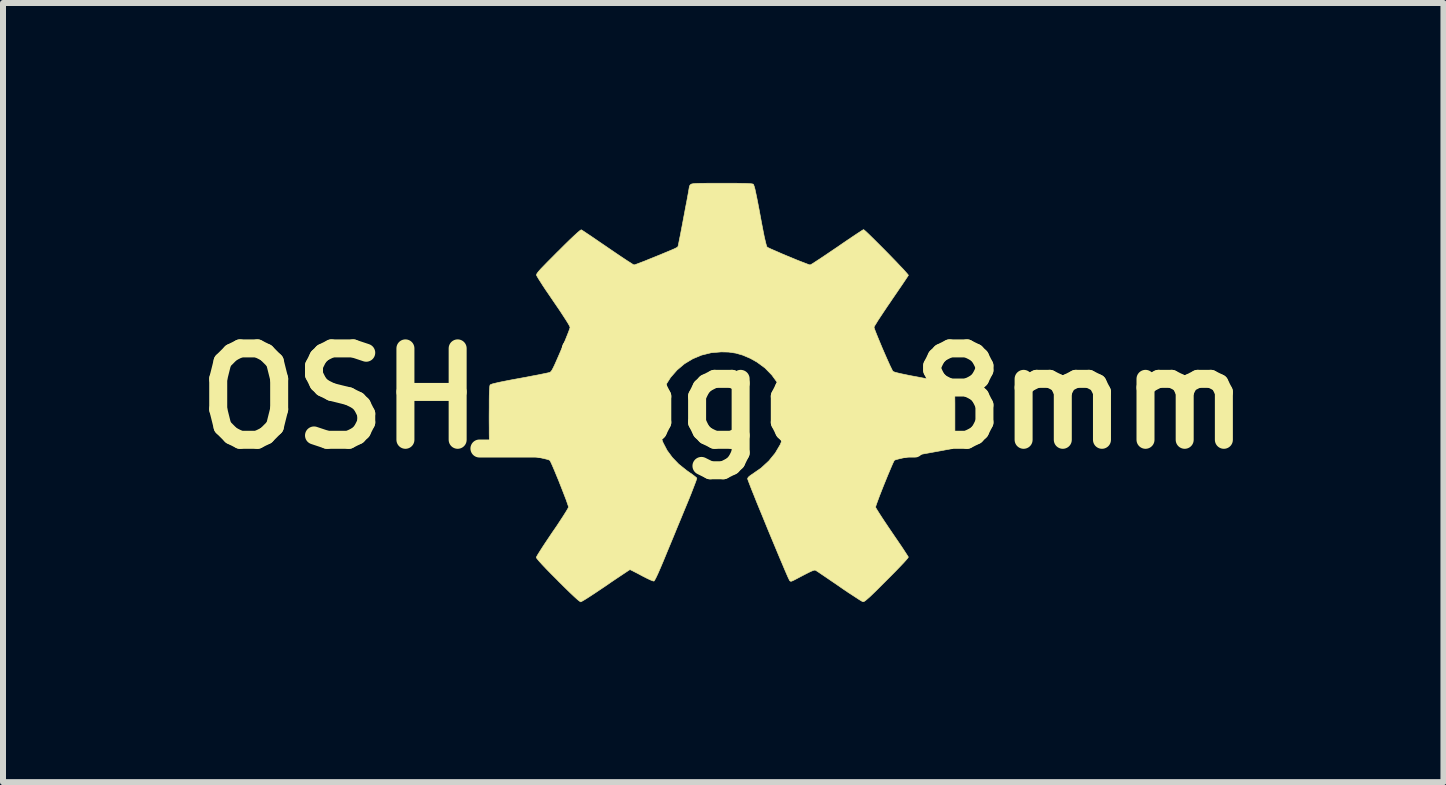
<source format=kicad_pcb>
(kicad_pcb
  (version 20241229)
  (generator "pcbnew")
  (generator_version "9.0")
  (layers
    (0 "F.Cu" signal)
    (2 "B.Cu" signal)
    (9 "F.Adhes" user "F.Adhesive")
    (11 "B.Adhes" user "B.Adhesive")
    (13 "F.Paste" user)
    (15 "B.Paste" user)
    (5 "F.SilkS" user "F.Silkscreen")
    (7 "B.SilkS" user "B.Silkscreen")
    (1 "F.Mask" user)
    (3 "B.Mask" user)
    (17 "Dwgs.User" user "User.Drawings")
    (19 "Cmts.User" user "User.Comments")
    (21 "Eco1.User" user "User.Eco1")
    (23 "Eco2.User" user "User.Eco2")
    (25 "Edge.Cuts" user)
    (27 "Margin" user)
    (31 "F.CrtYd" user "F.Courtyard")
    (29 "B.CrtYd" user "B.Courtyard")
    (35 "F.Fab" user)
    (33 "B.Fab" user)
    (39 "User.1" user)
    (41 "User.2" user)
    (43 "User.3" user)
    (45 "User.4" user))
  (footprint "OSH_logo_8mm"
    (layer "F.Cu")
    (at 9.006 3.592)
    (property "Reference" "OSH_logo_8mm" (at 0 0 0) (layer "F.SilkS") (effects (font (size 1.524 1.524) (thickness 0.3))))
    (attr through_hole)
    (fp_poly (pts (xy 0.115 -3.587) (xy 0.228 -3.587) (xy 0.318 -3.585) (xy 0.388 -3.584) (xy 0.439 -3.581) (xy 0.474 -3.578) (xy 0.495 -3.574) (xy 0.501 -3.571) (xy 0.508 -3.559) (xy 0.517 -3.533) (xy 0.529 -3.491) (xy 0.542 -3.43) (xy 0.559 -3.35) (xy 0.579 -3.248) (xy 0.603 -3.123) (xy 0.616 -3.051) (xy 0.643 -2.907) (xy 0.666 -2.788) (xy 0.685 -2.693) (xy 0.702 -2.62) (xy 0.715 -2.568) (xy 0.725 -2.536) (xy 0.731 -2.524) (xy 0.748 -2.514) (xy 0.785 -2.496) (xy 0.84 -2.472) (xy 0.907 -2.443) (xy 0.982 -2.41) (xy 1.063 -2.376) (xy 1.146 -2.342) (xy 1.225 -2.309) (xy 1.299 -2.28) (xy 1.362 -2.256) (xy 1.411 -2.237) (xy 1.441 -2.227) (xy 1.449 -2.226) (xy 1.464 -2.233) (xy 1.498 -2.253) (xy 1.548 -2.286) (xy 1.613 -2.328) (xy 1.689 -2.379) (xy 1.775 -2.437) (xy 1.868 -2.5) (xy 1.898 -2.52) (xy 1.992 -2.585) (xy 2.08 -2.645) (xy 2.159 -2.698) (xy 2.226 -2.743) (xy 2.28 -2.778) (xy 2.318 -2.803) (xy 2.337 -2.814) (xy 2.339 -2.815) (xy 2.352 -2.806) (xy 2.381 -2.781) (xy 2.423 -2.741) (xy 2.475 -2.69) (xy 2.536 -2.63) (xy 2.603 -2.563) (xy 2.674 -2.492) (xy 2.746 -2.419) (xy 2.817 -2.346) (xy 2.884 -2.277) (xy 2.945 -2.212) (xy 2.999 -2.156) (xy 3.041 -2.109) (xy 3.071 -2.075) (xy 3.086 -2.056) (xy 3.087 -2.054) (xy 3.078 -2.039) (xy 3.056 -2.006) (xy 3.022 -1.955) (xy 2.979 -1.891) (xy 2.927 -1.815) (xy 2.869 -1.73) (xy 2.806 -1.638) (xy 2.797 -1.624) (xy 2.733 -1.531) (xy 2.675 -1.444) (xy 2.623 -1.366) (xy 2.579 -1.299) (xy 2.546 -1.245) (xy 2.523 -1.208) (xy 2.514 -1.189) (xy 2.514 -1.188) (xy 2.519 -1.168) (xy 2.533 -1.129) (xy 2.555 -1.073) (xy 2.583 -1.004) (xy 2.615 -0.927) (xy 2.649 -0.845) (xy 2.685 -0.762) (xy 2.72 -0.682) (xy 2.753 -0.608) (xy 2.782 -0.544) (xy 2.806 -0.495) (xy 2.822 -0.463) (xy 2.828 -0.454) (xy 2.84 -0.446) (xy 2.864 -0.437) (xy 2.902 -0.427) (xy 2.956 -0.414) (xy 3.028 -0.399) (xy 3.12 -0.38) (xy 3.234 -0.359) (xy 3.34 -0.339) (xy 3.476 -0.313) (xy 3.587 -0.292) (xy 3.676 -0.274) (xy 3.745 -0.259) (xy 3.794 -0.246) (xy 3.827 -0.237) (xy 3.843 -0.229) (xy 3.846 -0.226) (xy 3.85 -0.214) (xy 3.854 -0.188) (xy 3.857 -0.147) (xy 3.859 -0.09) (xy 3.861 -0.013) (xy 3.862 0.085) (xy 3.862 0.206) (xy 3.862 0.296) (xy 3.862 0.426) (xy 3.862 0.531) (xy 3.861 0.616) (xy 3.86 0.682) (xy 3.858 0.731) (xy 3.856 0.767) (xy 3.852 0.791) (xy 3.848 0.807) (xy 3.843 0.816) (xy 3.842 0.817) (xy 3.822 0.834) (xy 3.814 0.838) (xy 3.799 0.84) (xy 3.762 0.847) (xy 3.706 0.857) (xy 3.632 0.871) (xy 3.544 0.887) (xy 3.445 0.905) (xy 3.34 0.924) (xy 3.202 0.95) (xy 3.088 0.973) (xy 2.999 0.991) (xy 2.931 1.007) (xy 2.885 1.019) (xy 2.859 1.028) (xy 2.853 1.032) (xy 2.843 1.05) (xy 2.825 1.088) (xy 2.801 1.143) (xy 2.772 1.212) (xy 2.739 1.29) (xy 2.705 1.374) (xy 2.67 1.46) (xy 2.637 1.544) (xy 2.606 1.623) (xy 2.58 1.693) (xy 2.559 1.75) (xy 2.545 1.791) (xy 2.54 1.811) (xy 2.54 1.812) (xy 2.547 1.828) (xy 2.568 1.863) (xy 2.6 1.914) (xy 2.642 1.979) (xy 2.692 2.055) (xy 2.749 2.14) (xy 2.81 2.23) (xy 2.872 2.321) (xy 2.93 2.406) (xy 2.981 2.481) (xy 3.023 2.545) (xy 3.056 2.596) (xy 3.078 2.63) (xy 3.086 2.644) (xy 3.078 2.659) (xy 3.052 2.69) (xy 3.01 2.737) (xy 2.951 2.799) (xy 2.878 2.875) (xy 2.791 2.963) (xy 2.725 3.029) (xy 2.631 3.123) (xy 2.554 3.2) (xy 2.491 3.261) (xy 2.442 3.308) (xy 2.403 3.342) (xy 2.375 3.366) (xy 2.354 3.381) (xy 2.339 3.388) (xy 2.329 3.388) (xy 2.329 3.388) (xy 2.311 3.38) (xy 2.274 3.358) (xy 2.222 3.324) (xy 2.156 3.281) (xy 2.079 3.231) (xy 1.995 3.174) (xy 1.932 3.13) (xy 1.844 3.07) (xy 1.762 3.014) (xy 1.69 2.965) (xy 1.628 2.923) (xy 1.581 2.891) (xy 1.551 2.872) (xy 1.542 2.866) (xy 1.531 2.862) (xy 1.517 2.863) (xy 1.497 2.869) (xy 1.467 2.881) (xy 1.425 2.901) (xy 1.368 2.93) (xy 1.293 2.969) (xy 1.208 3.014) (xy 1.165 3.036) (xy 1.138 3.047) (xy 1.121 3.047) (xy 1.108 3.038) (xy 1.108 3.038) (xy 1.1 3.022) (xy 1.082 2.985) (xy 1.057 2.928) (xy 1.025 2.854) (xy 0.988 2.766) (xy 0.945 2.665) (xy 0.899 2.555) (xy 0.85 2.437) (xy 0.799 2.315) (xy 0.747 2.19) (xy 0.696 2.065) (xy 0.646 1.942) (xy 0.597 1.824) (xy 0.552 1.714) (xy 0.512 1.613) (xy 0.476 1.524) (xy 0.447 1.449) (xy 0.425 1.392) (xy 0.411 1.354) (xy 0.406 1.337) (xy 0.417 1.314) (xy 0.452 1.284) (xy 0.481 1.265) (xy 0.632 1.16) (xy 0.761 1.041) (xy 0.867 0.911) (xy 0.951 0.769) (xy 1.011 0.617) (xy 1.047 0.456) (xy 1.057 0.364) (xy 1.054 0.196) (xy 1.027 0.034) (xy 0.977 -0.119) (xy 0.904 -0.262) (xy 0.81 -0.391) (xy 0.697 -0.507) (xy 0.564 -0.605) (xy 0.452 -0.668) (xy 0.328 -0.721) (xy 0.211 -0.755) (xy 0.091 -0.773) (xy -0.033 -0.776) (xy -0.2 -0.762) (xy -0.359 -0.723) (xy -0.508 -0.661) (xy -0.646 -0.578) (xy -0.769 -0.474) (xy -0.877 -0.351) (xy -0.966 -0.211) (xy -0.994 -0.156) (xy -1.035 -0.062) (xy -1.063 0.023) (xy -1.08 0.108) (xy -1.089 0.202) (xy -1.091 0.308) (xy -1.09 0.386) (xy -1.086 0.446) (xy -1.08 0.497) (xy -1.069 0.547) (xy -1.056 0.593) (xy -1.003 0.737) (xy -0.935 0.867) (xy -0.848 0.985) (xy -0.742 1.095) (xy -0.612 1.199) (xy -0.56 1.236) (xy -0.512 1.269) (xy -0.473 1.299) (xy -0.448 1.32) (xy -0.44 1.329) (xy -0.444 1.344) (xy -0.456 1.381) (xy -0.477 1.436) (xy -0.504 1.506) (xy -0.536 1.589) (xy -0.573 1.681) (xy -0.601 1.749) (xy -0.65 1.867) (xy -0.705 2.001) (xy -0.765 2.145) (xy -0.825 2.292) (xy -0.884 2.434) (xy -0.938 2.564) (xy -0.951 2.596) (xy -1.005 2.727) (xy -1.052 2.837) (xy -1.09 2.924) (xy -1.12 2.987) (xy -1.142 3.028) (xy -1.154 3.044) (xy -1.154 3.045) (xy -1.174 3.041) (xy -1.213 3.026) (xy -1.268 3) (xy -1.335 2.966) (xy -1.36 2.953) (xy -1.423 2.919) (xy -1.478 2.891) (xy -1.521 2.869) (xy -1.548 2.856) (xy -1.554 2.854) (xy -1.568 2.861) (xy -1.6 2.882) (xy -1.648 2.914) (xy -1.711 2.956) (xy -1.786 3.006) (xy -1.869 3.062) (xy -1.957 3.123) (xy -2.048 3.184) (xy -2.133 3.241) (xy -2.209 3.291) (xy -2.274 3.333) (xy -2.325 3.364) (xy -2.36 3.384) (xy -2.376 3.391) (xy -2.393 3.381) (xy -2.429 3.353) (xy -2.482 3.305) (xy -2.553 3.238) (xy -2.641 3.152) (xy -2.747 3.047) (xy -2.759 3.034) (xy -2.864 2.929) (xy -2.951 2.84) (xy -3.02 2.767) (xy -3.07 2.712) (xy -3.102 2.673) (xy -3.116 2.653) (xy -3.116 2.651) (xy -3.109 2.634) (xy -3.088 2.598) (xy -3.056 2.547) (xy -3.014 2.481) (xy -2.964 2.405) (xy -2.907 2.32) (xy -2.848 2.232) (xy -2.779 2.132) (xy -2.719 2.041) (xy -2.668 1.963) (xy -2.627 1.898) (xy -2.598 1.85) (xy -2.582 1.82) (xy -2.579 1.811) (xy -2.584 1.79) (xy -2.598 1.749) (xy -2.618 1.691) (xy -2.645 1.621) (xy -2.676 1.541) (xy -2.709 1.457) (xy -2.743 1.37) (xy -2.778 1.286) (xy -2.81 1.208) (xy -2.839 1.14) (xy -2.863 1.086) (xy -2.881 1.048) (xy -2.891 1.032) (xy -2.907 1.024) (xy -2.942 1.013) (xy -2.997 1) (xy -3.073 0.983) (xy -3.171 0.964) (xy -3.293 0.94) (xy -3.384 0.923) (xy -3.51 0.9) (xy -3.613 0.88) (xy -3.695 0.864) (xy -3.758 0.851) (xy -3.805 0.84) (xy -3.839 0.83) (xy -3.861 0.822) (xy -3.874 0.814) (xy -3.879 0.81) (xy -3.885 0.801) (xy -3.889 0.788) (xy -3.893 0.769) (xy -3.896 0.741) (xy -3.898 0.701) (xy -3.9 0.647) (xy -3.901 0.577) (xy -3.901 0.487) (xy -3.902 0.375) (xy -3.902 0.289) (xy -3.901 0.154) (xy -3.901 0.042) (xy -3.9 -0.047) (xy -3.898 -0.116) (xy -3.895 -0.166) (xy -3.892 -0.2) (xy -3.888 -0.22) (xy -3.885 -0.226) (xy -3.873 -0.233) (xy -3.845 -0.243) (xy -3.8 -0.254) (xy -3.736 -0.269) (xy -3.652 -0.286) (xy -3.545 -0.307) (xy -3.414 -0.331) (xy -3.398 -0.334) (xy -3.288 -0.354) (xy -3.186 -0.374) (xy -3.094 -0.391) (xy -3.016 -0.407) (xy -2.953 -0.42) (xy -2.911 -0.429) (xy -2.891 -0.434) (xy -2.88 -0.441) (xy -2.868 -0.453) (xy -2.853 -0.475) (xy -2.836 -0.507) (xy -2.813 -0.554) (xy -2.785 -0.617) (xy -2.749 -0.699) (xy -2.705 -0.801) (xy -2.666 -0.892) (xy -2.631 -0.977) (xy -2.601 -1.052) (xy -2.577 -1.113) (xy -2.561 -1.158) (xy -2.553 -1.183) (xy -2.553 -1.186) (xy -2.561 -1.206) (xy -2.583 -1.246) (xy -2.619 -1.304) (xy -2.669 -1.381) (xy -2.73 -1.474) (xy -2.804 -1.582) (xy -2.83 -1.62) (xy -2.893 -1.713) (xy -2.952 -1.799) (xy -3.004 -1.877) (xy -3.047 -1.945) (xy -3.081 -1.998) (xy -3.103 -2.036) (xy -3.113 -2.055) (xy -3.113 -2.056) (xy -3.112 -2.066) (xy -3.105 -2.081) (xy -3.091 -2.101) (xy -3.068 -2.129) (xy -3.035 -2.166) (xy -2.989 -2.213) (xy -2.93 -2.274) (xy -2.855 -2.349) (xy -2.764 -2.441) (xy -2.751 -2.453) (xy -2.645 -2.559) (xy -2.556 -2.646) (xy -2.484 -2.714) (xy -2.429 -2.764) (xy -2.391 -2.796) (xy -2.37 -2.81) (xy -2.365 -2.811) (xy -2.35 -2.802) (xy -2.316 -2.78) (xy -2.266 -2.746) (xy -2.201 -2.703) (xy -2.125 -2.651) (xy -2.039 -2.592) (xy -1.946 -2.529) (xy -1.926 -2.515) (xy -1.832 -2.451) (xy -1.744 -2.391) (xy -1.666 -2.339) (xy -1.598 -2.294) (xy -1.544 -2.26) (xy -1.507 -2.236) (xy -1.487 -2.226) (xy -1.486 -2.226) (xy -1.468 -2.231) (xy -1.431 -2.244) (xy -1.376 -2.265) (xy -1.308 -2.291) (xy -1.23 -2.323) (xy -1.175 -2.345) (xy -1.064 -2.39) (xy -0.975 -2.427) (xy -0.905 -2.456) (xy -0.853 -2.478) (xy -0.814 -2.495) (xy -0.788 -2.508) (xy -0.771 -2.517) (xy -0.761 -2.524) (xy -0.756 -2.531) (xy -0.753 -2.538) (xy -0.753 -2.538) (xy -0.749 -2.554) (xy -0.741 -2.593) (xy -0.73 -2.65) (xy -0.715 -2.723) (xy -0.699 -2.807) (xy -0.681 -2.9) (xy -0.663 -2.997) (xy -0.644 -3.097) (xy -0.626 -3.194) (xy -0.608 -3.285) (xy -0.593 -3.368) (xy -0.58 -3.438) (xy -0.571 -3.492) (xy -0.565 -3.526) (xy -0.563 -3.537) (xy -0.555 -3.553) (xy -0.542 -3.567) (xy -0.534 -3.572) (xy -0.521 -3.576) (xy -0.499 -3.58) (xy -0.466 -3.583) (xy -0.42 -3.585) (xy -0.358 -3.586) (xy -0.278 -3.587) (xy -0.177 -3.587) (xy -0.054 -3.587) (xy -0.021 -3.587) (xy 0.115 -3.587)) (stroke (width 0.01) (type solid)) (fill yes) (layer "F.SilkS")))
  (gr_rect
    (start -3 -3)
    (end 21.012 9.988)
    (stroke (width 0.1) (type default))
    (fill no)
    (layer "Edge.Cuts")))
</source>
